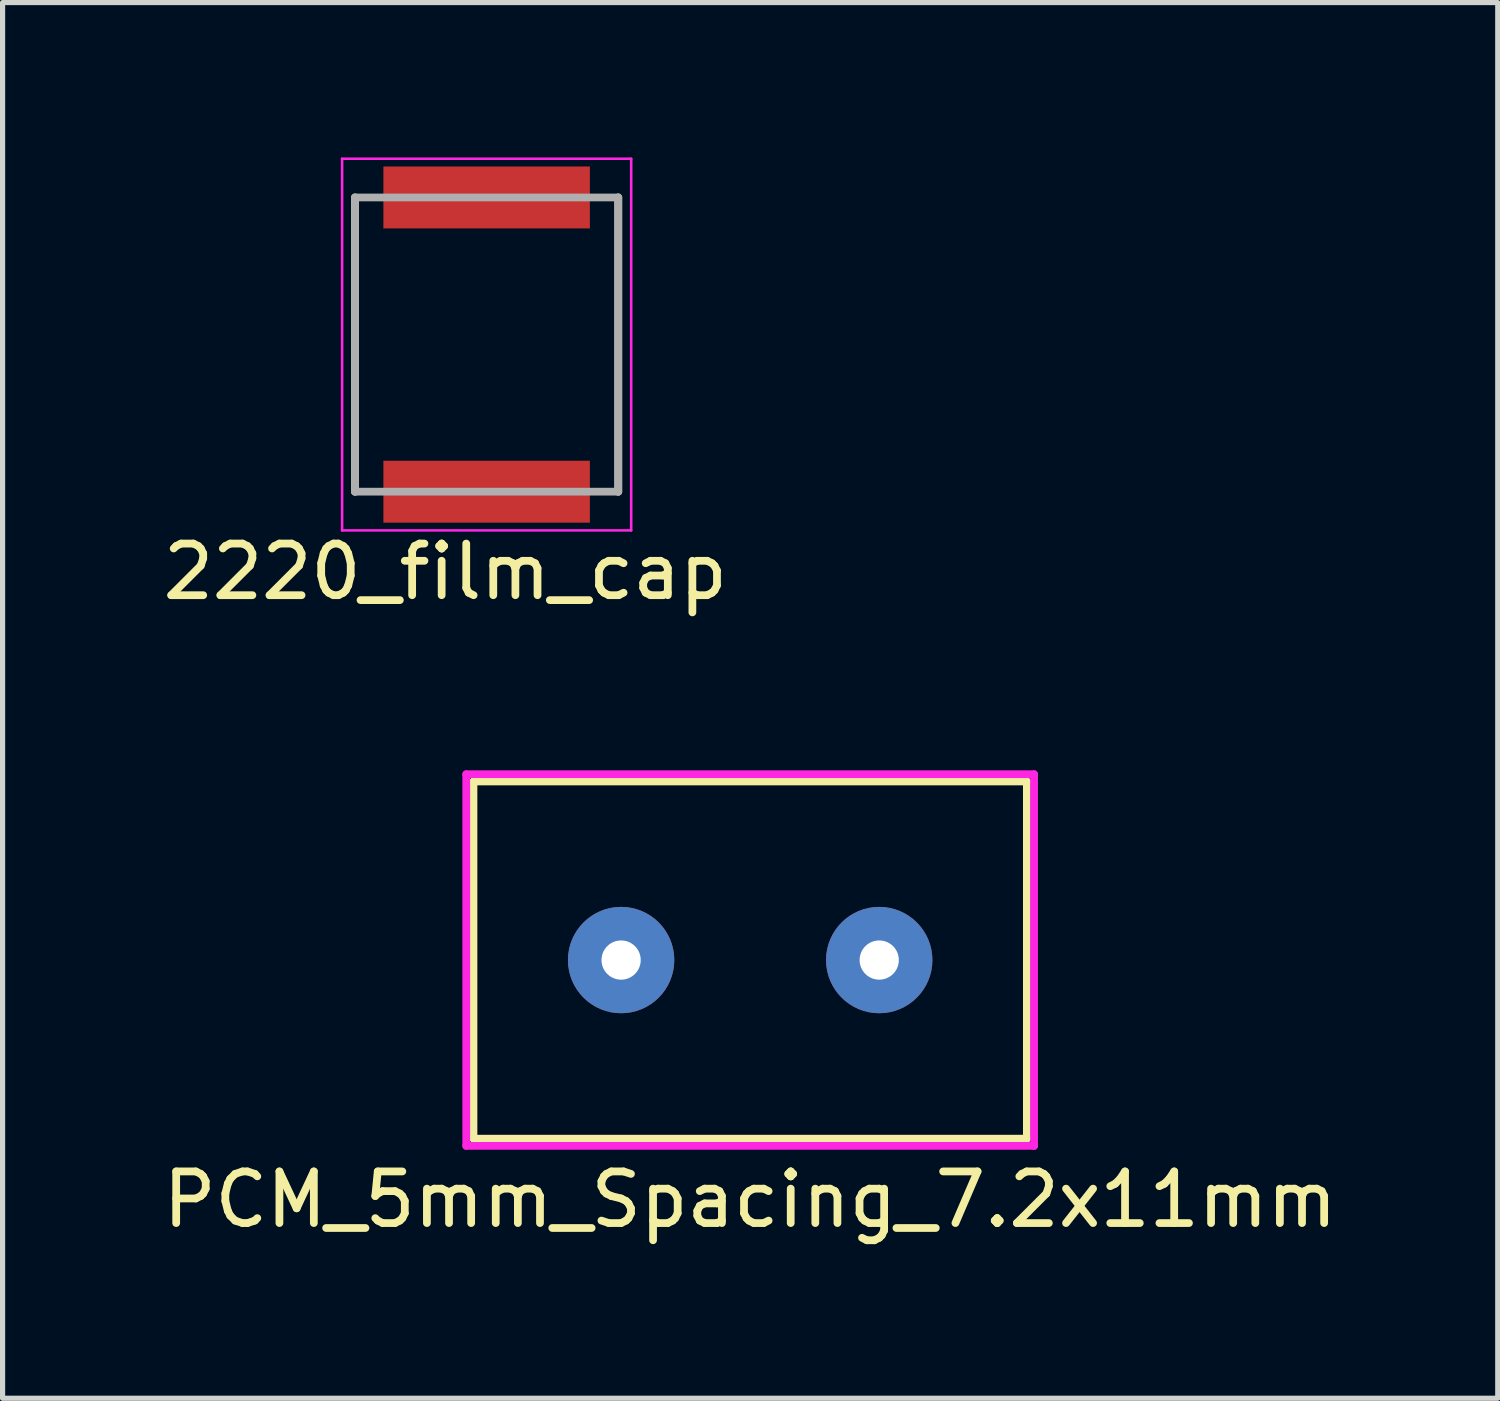
<source format=kicad_pcb>
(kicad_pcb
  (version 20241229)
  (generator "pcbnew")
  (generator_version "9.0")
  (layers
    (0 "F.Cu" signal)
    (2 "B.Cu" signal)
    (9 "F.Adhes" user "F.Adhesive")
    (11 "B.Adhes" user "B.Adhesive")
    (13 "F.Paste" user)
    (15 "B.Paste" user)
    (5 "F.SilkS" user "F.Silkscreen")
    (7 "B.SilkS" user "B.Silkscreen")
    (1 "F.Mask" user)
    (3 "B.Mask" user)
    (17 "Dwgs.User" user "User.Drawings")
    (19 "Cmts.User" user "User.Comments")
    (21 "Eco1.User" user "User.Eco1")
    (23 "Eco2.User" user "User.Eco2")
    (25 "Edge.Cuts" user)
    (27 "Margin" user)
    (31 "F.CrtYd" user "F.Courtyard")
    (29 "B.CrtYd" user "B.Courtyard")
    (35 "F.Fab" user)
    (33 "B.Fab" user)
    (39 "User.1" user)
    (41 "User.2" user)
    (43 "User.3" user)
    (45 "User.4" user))
  (footprint "2220_film_cap"
    (layer "F.Cu")
    (at 6.377 3.625)
    (property "Reference" "2220_film_cap" (at -0.8 4.4 0) (layer "F.SilkS") (effects (font (size 1 1) (thickness 0.15))))
    (attr smd)
    (fp_line (start -2.55 -2.85) (end -2.55 2.85) (stroke (width 0.15) (type solid)) (layer "F.SilkS"))
    (fp_line (start 2.55 -2.85) (end 2.55 2.85) (stroke (width 0.15) (type solid)) (layer "F.SilkS"))
    (fp_line (start -2.8 -3.6) (end -2.8 3.6) (stroke (width 0.05) (type solid)) (layer "F.CrtYd"))
    (fp_line (start -2.8 3.6) (end 2.8 3.6) (stroke (width 0.05) (type solid)) (layer "F.CrtYd"))
    (fp_line (start 2.8 -3.6) (end -2.8 -3.6) (stroke (width 0.05) (type solid)) (layer "F.CrtYd"))
    (fp_line (start 2.8 3.6) (end 2.8 -3.6) (stroke (width 0.05) (type solid)) (layer "F.CrtYd"))
    (fp_line (start -2.55 -2.85) (end 2.55 -2.85) (stroke (width 0.15) (type solid)) (layer "F.Fab"))
    (fp_line (start -2.55 2.85) (end -2.55 -2.85) (stroke (width 0.15) (type solid)) (layer "F.Fab"))
    (fp_line (start 2.55 -2.85) (end 2.55 2.85) (stroke (width 0.15) (type solid)) (layer "F.Fab"))
    (fp_line (start 2.55 2.85) (end -2.55 2.85) (stroke (width 0.15) (type solid)) (layer "F.Fab"))
    (pad "1" smd rect (at 0 -2.85) (size 4 1.2) (layers "F.Cu" "F.Mask" "F.Paste"))
    (pad "2" smd rect (at 0 2.85) (size 4 1.2) (layers "F.Cu" "F.Mask" "F.Paste")))
  (footprint "PCM_5mm_Spacing_7.2x11mm"
    (layer "F.Cu")
    (at 11.482 15.548)
    (property "Reference" "PCM_5mm_Spacing_7.2x11mm" (at 0 4.64 0) (layer "F.SilkS") (effects (font (size 1 1) (thickness 0.15))))
    (attr through_hole)
    (fp_line (start -5.36 -3.46) (end 5.36 -3.46) (stroke (width 0.15) (type solid)) (layer "F.SilkS"))
    (fp_line (start -5.36 3.46) (end -5.36 -3.46) (stroke (width 0.15) (type solid)) (layer "F.SilkS"))
    (fp_line (start 5.36 -3.46) (end 5.36 3.46) (stroke (width 0.15) (type solid)) (layer "F.SilkS"))
    (fp_line (start 5.36 3.46) (end -5.36 3.46) (stroke (width 0.15) (type solid)) (layer "F.SilkS"))
    (fp_line (start -5.5 -3.6) (end 5.5 -3.6) (stroke (width 0.15) (type solid)) (layer "F.CrtYd"))
    (fp_line (start -5.5 3.6) (end -5.5 -3.6) (stroke (width 0.15) (type solid)) (layer "F.CrtYd"))
    (fp_line (start 5.5 -3.6) (end 5.5 3.6) (stroke (width 0.15) (type solid)) (layer "F.CrtYd"))
    (fp_line (start 5.5 3.6) (end -5.5 3.6) (stroke (width 0.15) (type solid)) (layer "F.CrtYd"))
    (pad "1" thru_hole circle (at -2.5 0) (size 2.06 2.06) (drill 0.76) (layers "*.Cu" "*.Mask"))
    (pad "2" thru_hole circle (at 2.5 0) (size 2.06 2.06) (drill 0.76) (layers "*.Cu" "*.Mask")))
  (gr_rect
    (start -3 -3)
    (end 25.964 24.037)
    (stroke (width 0.1) (type default))
    (fill no)
    (layer "Edge.Cuts")))
</source>
